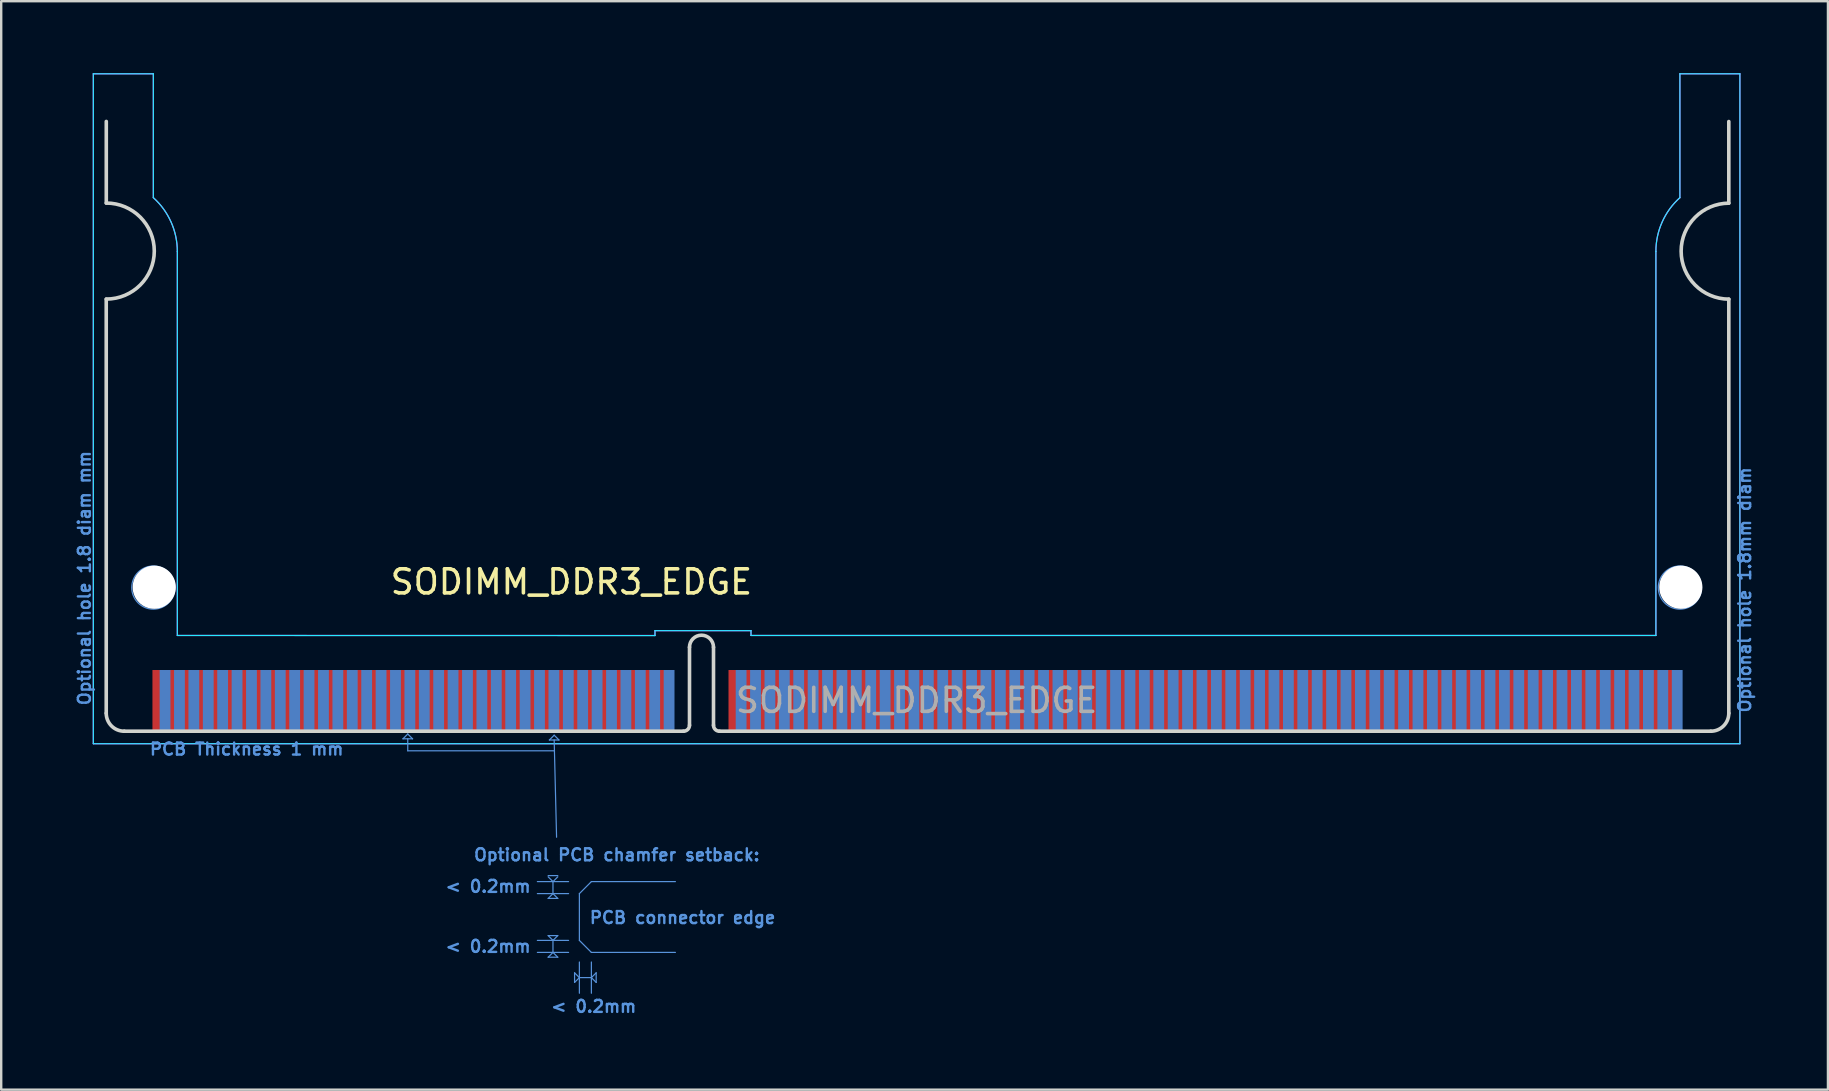
<source format=kicad_pcb>
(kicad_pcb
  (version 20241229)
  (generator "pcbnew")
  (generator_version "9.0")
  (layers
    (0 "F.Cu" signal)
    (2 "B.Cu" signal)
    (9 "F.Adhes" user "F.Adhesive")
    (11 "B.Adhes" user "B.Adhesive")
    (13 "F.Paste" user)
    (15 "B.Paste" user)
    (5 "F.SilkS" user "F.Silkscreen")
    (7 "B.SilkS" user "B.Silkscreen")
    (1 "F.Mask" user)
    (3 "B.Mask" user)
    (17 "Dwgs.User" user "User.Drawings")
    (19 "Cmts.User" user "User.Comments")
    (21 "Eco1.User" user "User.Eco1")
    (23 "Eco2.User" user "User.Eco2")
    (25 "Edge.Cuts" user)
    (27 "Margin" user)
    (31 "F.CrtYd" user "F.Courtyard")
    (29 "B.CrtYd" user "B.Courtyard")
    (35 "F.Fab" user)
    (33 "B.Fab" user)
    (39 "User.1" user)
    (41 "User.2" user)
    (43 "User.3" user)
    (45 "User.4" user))
  (footprint "SODIMM_DDR3_EDGE"
    (layer "F.Cu")
    (at 3.488 27.43)
    (property "Reference" "SODIMM_DDR3_EDGE" (at 17.268 -6.236 0) (layer "F.SilkS") (effects (font (size 1 1) (thickness 0.15))))
    (attr through_hole)
    (fp_line (start 10.25 0.3) (end 10.45 0.1) (stroke (width 0.05) (type default)) (layer "Cmts.User"))
    (fp_line (start 10.45 0.1) (end 10.65 0.3) (stroke (width 0.05) (type default)) (layer "Cmts.User"))
    (fp_line (start 10.45 0.3) (end 10.45 0.8) (stroke (width 0.05) (type default)) (layer "Cmts.User"))
    (fp_line (start 10.45 0.8) (end 16.55 0.8) (stroke (width 0.05) (type default)) (layer "Cmts.User"))
    (fp_line (start 10.65 0.3) (end 10.25 0.3) (stroke (width 0.05) (type default)) (layer "Cmts.User"))
    (fp_line (start 15.85 6.25) (end 17.15 6.25) (stroke (width 0.05) (type default)) (layer "Cmts.User"))
    (fp_line (start 15.85 6.75) (end 17.15 6.75) (stroke (width 0.05) (type default)) (layer "Cmts.User"))
    (fp_line (start 15.85 8.7) (end 17.15 8.7) (stroke (width 0.05) (type default)) (layer "Cmts.User"))
    (fp_line (start 15.85 9.2) (end 17.15 9.2) (stroke (width 0.05) (type default)) (layer "Cmts.User"))
    (fp_line (start 16.3 6) (end 16.7 6) (stroke (width 0.05) (type default)) (layer "Cmts.User"))
    (fp_line (start 16.3 6.95) (end 16.5 6.75) (stroke (width 0.05) (type default)) (layer "Cmts.User"))
    (fp_line (start 16.3 8.5) (end 16.7 8.5) (stroke (width 0.05) (type default)) (layer "Cmts.User"))
    (fp_line (start 16.3 9.4) (end 16.5 9.2) (stroke (width 0.05) (type default)) (layer "Cmts.User"))
    (fp_line (start 16.35 0.35) (end 16.55 0.15) (stroke (width 0.05) (type default)) (layer "Cmts.User"))
    (fp_line (start 16.5 6.25) (end 16.3 6.05) (stroke (width 0.05) (type default)) (layer "Cmts.User"))
    (fp_line (start 16.5 6.75) (end 16.5 6.25) (stroke (width 0.05) (type default)) (layer "Cmts.User"))
    (fp_line (start 16.5 6.75) (end 16.7 6.95) (stroke (width 0.05) (type default)) (layer "Cmts.User"))
    (fp_line (start 16.5 8.7) (end 16.3 8.5) (stroke (width 0.05) (type default)) (layer "Cmts.User"))
    (fp_line (start 16.5 9.2) (end 16.5 8.7) (stroke (width 0.05) (type default)) (layer "Cmts.User"))
    (fp_line (start 16.5 9.2) (end 16.7 9.4) (stroke (width 0.05) (type default)) (layer "Cmts.User"))
    (fp_line (start 16.55 0.15) (end 16.75 0.35) (stroke (width 0.05) (type default)) (layer "Cmts.User"))
    (fp_line (start 16.55 0.35) (end 16.65 4.4) (stroke (width 0.05) (type default)) (layer "Cmts.User"))
    (fp_line (start 16.7 6.05) (end 16.5 6.25) (stroke (width 0.05) (type default)) (layer "Cmts.User"))
    (fp_line (start 16.7 6.95) (end 16.3 6.95) (stroke (width 0.05) (type default)) (layer "Cmts.User"))
    (fp_line (start 16.7 8.5) (end 16.5 8.7) (stroke (width 0.05) (type default)) (layer "Cmts.User"))
    (fp_line (start 16.7 9.4) (end 16.3 9.4) (stroke (width 0.05) (type default)) (layer "Cmts.User"))
    (fp_line (start 16.75 0.35) (end 16.35 0.35) (stroke (width 0.05) (type default)) (layer "Cmts.User"))
    (fp_line (start 17.4 10.05) (end 17.6 10.25) (stroke (width 0.05) (type default)) (layer "Cmts.User"))
    (fp_line (start 17.4 10.45) (end 17.4 10.05) (stroke (width 0.05) (type default)) (layer "Cmts.User"))
    (fp_line (start 17.6 6.75) (end 17.6 8.7) (stroke (width 0.05) (type default)) (layer "Cmts.User"))
    (fp_line (start 17.6 9.6) (end 17.6 10.9) (stroke (width 0.05) (type default)) (layer "Cmts.User"))
    (fp_line (start 17.6 10.25) (end 17.4 10.45) (stroke (width 0.05) (type default)) (layer "Cmts.User"))
    (fp_line (start 17.6 10.25) (end 18.1 10.25) (stroke (width 0.05) (type default)) (layer "Cmts.User"))
    (fp_line (start 18.1 6.25) (end 17.6 6.75) (stroke (width 0.05) (type default)) (layer "Cmts.User"))
    (fp_line (start 18.1 6.25) (end 21.6 6.25) (stroke (width 0.05) (type default)) (layer "Cmts.User"))
    (fp_line (start 18.1 9.2) (end 17.6 8.7) (stroke (width 0.05) (type default)) (layer "Cmts.User"))
    (fp_line (start 18.1 9.2) (end 21.6 9.2) (stroke (width 0.05) (type default)) (layer "Cmts.User"))
    (fp_line (start 18.1 9.6) (end 18.1 10.9) (stroke (width 0.05) (type default)) (layer "Cmts.User"))
    (fp_line (start 18.1 10.25) (end 18.3 10.05) (stroke (width 0.05) (type default)) (layer "Cmts.User"))
    (fp_line (start 18.3 10.05) (end 18.3 10.45) (stroke (width 0.05) (type default)) (layer "Cmts.User"))
    (fp_line (start 18.3 10.45) (end 18.1 10.25) (stroke (width 0.05) (type default)) (layer "Cmts.User"))
    (fp_circle (center -0.15 -6) (end 0.75 -6) (stroke (width 0.05) (type default)) (fill no) (layer "Cmts.User"))
    (fp_circle (center 63.45 -6) (end 64.35 -6) (stroke (width 0.05) (type default)) (fill no) (layer "Cmts.User"))
    (fp_line (start -2.112 -18.016) (end -2.112 -0.766) (stroke (width 0.15) (type solid)) (layer "Edge.Cuts"))
    (fp_line (start -2.11 -22.02) (end -2.11 -25.42) (stroke (width 0.15) (type default)) (layer "Edge.Cuts"))
    (fp_line (start -1.362 -0.016) (end 21.938 -0.016) (stroke (width 0.15) (type solid)) (layer "Edge.Cuts"))
    (fp_line (start 22.188 -3.516) (end 22.188 -0.266) (stroke (width 0.15) (type solid)) (layer "Edge.Cuts"))
    (fp_line (start 23.188 -3.516) (end 23.188 -0.266) (stroke (width 0.15) (type solid)) (layer "Edge.Cuts"))
    (fp_line (start 23.438 -0.016) (end 64.738 -0.016) (stroke (width 0.15) (type solid)) (layer "Edge.Cuts"))
    (fp_line (start 65.488 -22.016) (end 65.488 -25.416) (stroke (width 0.15) (type default)) (layer "Edge.Cuts"))
    (fp_line (start 65.488 -18.016) (end 65.488 -0.766) (stroke (width 0.15) (type solid)) (layer "Edge.Cuts"))
    (fp_arc (start -2.11 -22.02) (mid -0.11 -20.02) (end -2.11 -18.02) (stroke (width 0.15) (type solid)) (layer "Edge.Cuts"))
    (fp_arc (start -1.36224 -0.015855) (mid -1.89257 -0.235525) (end -2.11224 -0.765855) (stroke (width 0.15) (type solid)) (layer "Edge.Cuts"))
    (fp_arc (start 22.18776 -3.515855) (mid 22.68776 -4.015855) (end 23.18776 -3.515855) (stroke (width 0.15) (type solid)) (layer "Edge.Cuts"))
    (fp_arc (start 22.18776 -0.265855) (mid 22.114537 -0.089078) (end 21.93776 -0.015855) (stroke (width 0.15) (type solid)) (layer "Edge.Cuts"))
    (fp_arc (start 23.43776 -0.015855) (mid 23.260983 -0.089078) (end 23.18776 -0.265855) (stroke (width 0.15) (type solid)) (layer "Edge.Cuts"))
    (fp_arc (start 65.48776 -18.015855) (mid 63.48776 -20.015855) (end 65.48776 -22.015855) (stroke (width 0.15) (type solid)) (layer "Edge.Cuts"))
    (fp_arc (start 65.48776 -0.765855) (mid 65.26809 -0.235525) (end 64.73776 -0.015855) (stroke (width 0.15) (type solid)) (layer "Edge.Cuts"))
    (fp_line (start -2.65 -27.405) (end -2.65 0.505) (stroke (width 0.05) (type default)) (layer "B.CrtYd"))
    (fp_line (start -2.65 -27.405) (end -0.15 -27.405) (stroke (width 0.05) (type default)) (layer "B.CrtYd"))
    (fp_line (start -0.15 -22.245) (end -0.15 -27.405) (stroke (width 0.05) (type default)) (layer "B.CrtYd"))
    (fp_line (start 0.85 -20.005) (end 0.85 -4.005) (stroke (width 0.05) (type default)) (layer "B.CrtYd"))
    (fp_line (start 0.85 -4.005) (end 20.75 -4) (stroke (width 0.05) (type default)) (layer "B.CrtYd"))
    (fp_line (start 20.75 -4.205) (end 24.75 -4.205) (stroke (width 0.05) (type default)) (layer "B.CrtYd"))
    (fp_line (start 20.75 -4) (end 20.75 -4.2) (stroke (width 0.05) (type default)) (layer "B.CrtYd"))
    (fp_line (start 24.75 -4.205) (end 24.75 -4.005) (stroke (width 0.05) (type default)) (layer "B.CrtYd"))
    (fp_line (start 24.75 -4.005) (end 62.45 -4.005) (stroke (width 0.05) (type default)) (layer "B.CrtYd"))
    (fp_line (start 62.45 -20.005) (end 62.45 -4.005) (stroke (width 0.05) (type default)) (layer "B.CrtYd"))
    (fp_line (start 63.45 -22.245) (end 63.45 -27.405) (stroke (width 0.05) (type default)) (layer "B.CrtYd"))
    (fp_line (start 65.95 -27.405) (end 63.45 -27.405) (stroke (width 0.05) (type default)) (layer "B.CrtYd"))
    (fp_line (start 65.95 -27.405) (end 65.95 0.505) (stroke (width 0.05) (type default)) (layer "B.CrtYd"))
    (fp_line (start 65.95 0.505) (end -2.65 0.505) (stroke (width 0.05) (type default)) (layer "B.CrtYd"))
    (fp_arc (start -0.15 -22.245) (mid 0.588474 -21.231462) (end 0.85 -20.005) (stroke (width 0.05) (type default)) (layer "B.CrtYd"))
    (fp_arc (start 62.45 -20.005) (mid 62.711527 -21.231461) (end 63.45 -22.245) (stroke (width 0.05) (type default)) (layer "B.CrtYd"))
    (fp_line (start -2.65 -27.405) (end -2.65 0.505) (stroke (width 0.05) (type default)) (layer "F.CrtYd"))
    (fp_line (start -2.65 -27.405) (end -0.15 -27.405) (stroke (width 0.05) (type default)) (layer "F.CrtYd"))
    (fp_line (start -0.15 -22.245) (end -0.15 -27.405) (stroke (width 0.05) (type default)) (layer "F.CrtYd"))
    (fp_line (start 0.85 -4.005) (end 0.85 -20.005) (stroke (width 0.05) (type default)) (layer "F.CrtYd"))
    (fp_line (start 0.85 -4.005) (end 20.75 -4.005) (stroke (width 0.05) (type default)) (layer "F.CrtYd"))
    (fp_line (start 20.75 -4.205) (end 24.75 -4.205) (stroke (width 0.05) (type default)) (layer "F.CrtYd"))
    (fp_line (start 20.75 -4.005) (end 20.75 -4.205) (stroke (width 0.05) (type default)) (layer "F.CrtYd"))
    (fp_line (start 24.75 -4.205) (end 24.75 -4.005) (stroke (width 0.05) (type default)) (layer "F.CrtYd"))
    (fp_line (start 24.75 -4.005) (end 62.45 -4.005) (stroke (width 0.05) (type default)) (layer "F.CrtYd"))
    (fp_line (start 62.45 -4.005) (end 62.45 -20.005) (stroke (width 0.05) (type default)) (layer "F.CrtYd"))
    (fp_line (start 63.45 -22.245) (end 63.45 -27.405) (stroke (width 0.05) (type default)) (layer "F.CrtYd"))
    (fp_line (start 65.95 -27.405) (end 63.45 -27.405) (stroke (width 0.05) (type default)) (layer "F.CrtYd"))
    (fp_line (start 65.95 -27.405) (end 65.95 0.505) (stroke (width 0.05) (type default)) (layer "F.CrtYd"))
    (fp_line (start 65.95 0.505) (end -2.65 0.505) (stroke (width 0.05) (type default)) (layer "F.CrtYd"))
    (fp_arc (start -0.15 -22.245) (mid 0.588474 -21.231462) (end 0.85 -20.005) (stroke (width 0.05) (type default)) (layer "F.CrtYd"))
    (fp_arc (start 62.45 -20.005) (mid 62.711527 -21.231461) (end 63.45 -22.245) (stroke (width 0.05) (type default)) (layer "F.CrtYd"))
    (fp_text user "< 0.2mm" (at 13.8 8.95 180) (layer "Cmts.User") (effects (font (size 0.5 0.5) (thickness 0.1))))
    (fp_text user "PCB Thickness 1 mm" (at 3.74 0.73 180) (layer "Cmts.User") (effects (font (size 0.5 0.5) (thickness 0.1))))
    (fp_text user "< 0.2mm" (at 13.8 6.45 180) (layer "Cmts.User") (effects (font (size 0.5 0.5) (thickness 0.1))))
    (fp_text user "Optional hole 1.8mm diam" (at 66.15 -5.905 90) (unlocked yes) (layer "Cmts.User") (effects (font (size 0.5 0.5) (thickness 0.1))))
    (fp_text user "Optional hole 1.8 diam mm" (at -3.02 -6.395 90) (unlocked yes) (layer "Cmts.User") (effects (font (size 0.5 0.5) (thickness 0.1))))
    (fp_text user "PCB connector edge" (at 21.9 7.75 180) (layer "Cmts.User") (effects (font (size 0.5 0.5) (thickness 0.1))))
    (fp_text user "Optional PCB chamfer setback:" (at 19.16 5.135 180) (layer "Cmts.User") (effects (font (size 0.5 0.5) (thickness 0.1))))
    (fp_text user "< 0.2mm" (at 18.2 11.45 180) (layer "Cmts.User") (effects (font (size 0.5 0.5) (thickness 0.1))))
    (fp_text user "${REFERENCE}" (at 31.65 -1.3 0) (layer "F.Fab") (effects (font (size 1 1) (thickness 0.15))))
    (pad "" np_thru_hole circle (at -0.112 -6.016) (size 1.8 1.8) (drill 1.8) (layers "*.Cu" "*.Mask"))
    (pad "" np_thru_hole circle (at 63.488 -6.016) (size 1.8 1.8) (drill 1.8) (layers "*.Cu" "*.Mask"))
    (pad "1" smd rect (at 0.038 -1.316) (size 0.45 2.5) (layers "F.Cu" "F.Mask"))
    (pad "2" smd rect (at 0.338 -1.316) (size 0.45 2.5) (layers "B.Cu" "B.Mask"))
    (pad "3" smd rect (at 0.638 -1.316) (size 0.45 2.5) (layers "F.Cu" "F.Mask"))
    (pad "4" smd rect (at 0.938 -1.316) (size 0.45 2.5) (layers "B.Cu" "B.Mask"))
    (pad "5" smd rect (at 1.238 -1.316) (size 0.45 2.5) (layers "F.Cu" "F.Mask"))
    (pad "6" smd rect (at 1.538 -1.316) (size 0.45 2.5) (layers "B.Cu" "B.Mask"))
    (pad "7" smd rect (at 1.838 -1.316) (size 0.45 2.5) (layers "F.Cu" "F.Mask"))
    (pad "8" smd rect (at 2.138 -1.316) (size 0.45 2.5) (layers "B.Cu" "B.Mask"))
    (pad "9" smd rect (at 2.438 -1.316) (size 0.45 2.5) (layers "F.Cu" "F.Mask"))
    (pad "10" smd rect (at 2.738 -1.316) (size 0.45 2.5) (layers "B.Cu" "B.Mask"))
    (pad "11" smd rect (at 3.038 -1.316) (size 0.45 2.5) (layers "F.Cu" "F.Mask"))
    (pad "12" smd rect (at 3.338 -1.316) (size 0.45 2.5) (layers "B.Cu" "B.Mask"))
    (pad "13" smd rect (at 3.638 -1.316) (size 0.45 2.5) (layers "F.Cu" "F.Mask"))
    (pad "14" smd rect (at 3.938 -1.316) (size 0.45 2.5) (layers "B.Cu" "B.Mask"))
    (pad "15" smd rect (at 4.238 -1.316) (size 0.45 2.5) (layers "F.Cu" "F.Mask"))
    (pad "16" smd rect (at 4.538 -1.316) (size 0.45 2.5) (layers "B.Cu" "B.Mask"))
    (pad "17" smd rect (at 4.838 -1.316) (size 0.45 2.5) (layers "F.Cu" "F.Mask"))
    (pad "18" smd rect (at 5.138 -1.316) (size 0.45 2.5) (layers "B.Cu" "B.Mask"))
    (pad "19" smd rect (at 5.438 -1.316) (size 0.45 2.5) (layers "F.Cu" "F.Mask"))
    (pad "20" smd rect (at 5.738 -1.316) (size 0.45 2.5) (layers "B.Cu" "B.Mask"))
    (pad "21" smd rect (at 6.038 -1.316) (size 0.45 2.5) (layers "F.Cu" "F.Mask"))
    (pad "22" smd rect (at 6.338 -1.316) (size 0.45 2.5) (layers "B.Cu" "B.Mask"))
    (pad "23" smd rect (at 6.638 -1.316) (size 0.45 2.5) (layers "F.Cu" "F.Mask"))
    (pad "24" smd rect (at 6.938 -1.316) (size 0.45 2.5) (layers "B.Cu" "B.Mask"))
    (pad "25" smd rect (at 7.238 -1.316) (size 0.45 2.5) (layers "F.Cu" "F.Mask"))
    (pad "26" smd rect (at 7.538 -1.316) (size 0.45 2.5) (layers "B.Cu" "B.Mask"))
    (pad "27" smd rect (at 7.838 -1.316) (size 0.45 2.5) (layers "F.Cu" "F.Mask"))
    (pad "28" smd rect (at 8.138 -1.316) (size 0.45 2.5) (layers "B.Cu" "B.Mask"))
    (pad "29" smd rect (at 8.438 -1.316) (size 0.45 2.5) (layers "F.Cu" "F.Mask"))
    (pad "30" smd rect (at 8.738 -1.316) (size 0.45 2.5) (layers "B.Cu" "B.Mask"))
    (pad "31" smd rect (at 9.038 -1.316) (size 0.45 2.5) (layers "F.Cu" "F.Mask"))
    (pad "32" smd rect (at 9.338 -1.316) (size 0.45 2.5) (layers "B.Cu" "B.Mask"))
    (pad "33" smd rect (at 9.638 -1.316) (size 0.45 2.5) (layers "F.Cu" "F.Mask"))
    (pad "34" smd rect (at 9.938 -1.316) (size 0.45 2.5) (layers "B.Cu" "B.Mask"))
    (pad "35" smd rect (at 10.238 -1.316) (size 0.45 2.5) (layers "F.Cu" "F.Mask"))
    (pad "36" smd rect (at 10.538 -1.316) (size 0.45 2.5) (layers "B.Cu" "B.Mask"))
    (pad "37" smd rect (at 10.838 -1.316) (size 0.45 2.5) (layers "F.Cu" "F.Mask"))
    (pad "38" smd rect (at 11.138 -1.316) (size 0.45 2.5) (layers "B.Cu" "B.Mask"))
    (pad "39" smd rect (at 11.438 -1.316) (size 0.45 2.5) (layers "F.Cu" "F.Mask"))
    (pad "40" smd rect (at 11.738 -1.316) (size 0.45 2.5) (layers "B.Cu" "B.Mask"))
    (pad "41" smd rect (at 12.038 -1.316) (size 0.45 2.5) (layers "F.Cu" "F.Mask"))
    (pad "42" smd rect (at 12.338 -1.316) (size 0.45 2.5) (layers "B.Cu" "B.Mask"))
    (pad "43" smd rect (at 12.638 -1.316) (size 0.45 2.5) (layers "F.Cu" "F.Mask"))
    (pad "44" smd rect (at 12.938 -1.316) (size 0.45 2.5) (layers "B.Cu" "B.Mask"))
    (pad "45" smd rect (at 13.238 -1.316) (size 0.45 2.5) (layers "F.Cu" "F.Mask"))
    (pad "46" smd rect (at 13.538 -1.316) (size 0.45 2.5) (layers "B.Cu" "B.Mask"))
    (pad "47" smd rect (at 13.838 -1.316) (size 0.45 2.5) (layers "F.Cu" "F.Mask"))
    (pad "48" smd rect (at 14.138 -1.316) (size 0.45 2.5) (layers "B.Cu" "B.Mask"))
    (pad "49" smd rect (at 14.438 -1.316) (size 0.45 2.5) (layers "F.Cu" "F.Mask"))
    (pad "50" smd rect (at 14.738 -1.316) (size 0.45 2.5) (layers "B.Cu" "B.Mask"))
    (pad "51" smd rect (at 15.038 -1.316) (size 0.45 2.5) (layers "F.Cu" "F.Mask"))
    (pad "52" smd rect (at 15.338 -1.316) (size 0.45 2.5) (layers "B.Cu" "B.Mask"))
    (pad "53" smd rect (at 15.638 -1.316) (size 0.45 2.5) (layers "F.Cu" "F.Mask"))
    (pad "54" smd rect (at 15.938 -1.316) (size 0.45 2.5) (layers "B.Cu" "B.Mask"))
    (pad "55" smd rect (at 16.238 -1.316) (size 0.45 2.5) (layers "F.Cu" "F.Mask"))
    (pad "56" smd rect (at 16.538 -1.316) (size 0.45 2.5) (layers "B.Cu" "B.Mask"))
    (pad "57" smd rect (at 16.838 -1.316) (size 0.45 2.5) (layers "F.Cu" "F.Mask"))
    (pad "58" smd rect (at 17.138 -1.316) (size 0.45 2.5) (layers "B.Cu" "B.Mask"))
    (pad "59" smd rect (at 17.438 -1.316) (size 0.45 2.5) (layers "F.Cu" "F.Mask"))
    (pad "60" smd rect (at 17.738 -1.316) (size 0.45 2.5) (layers "B.Cu" "B.Mask"))
    (pad "61" smd rect (at 18.038 -1.316) (size 0.45 2.5) (layers "F.Cu" "F.Mask"))
    (pad "62" smd rect (at 18.338 -1.316) (size 0.45 2.5) (layers "B.Cu" "B.Mask"))
    (pad "63" smd rect (at 18.638 -1.316) (size 0.45 2.5) (layers "F.Cu" "F.Mask"))
    (pad "64" smd rect (at 18.938 -1.316) (size 0.45 2.5) (layers "B.Cu" "B.Mask"))
    (pad "65" smd rect (at 19.238 -1.316) (size 0.45 2.5) (layers "F.Cu" "F.Mask"))
    (pad "66" smd rect (at 19.538 -1.316) (size 0.45 2.5) (layers "B.Cu" "B.Mask"))
    (pad "67" smd rect (at 19.838 -1.316) (size 0.45 2.5) (layers "F.Cu" "F.Mask"))
    (pad "68" smd rect (at 20.138 -1.316) (size 0.45 2.5) (layers "B.Cu" "B.Mask"))
    (pad "69" smd rect (at 20.438 -1.316) (size 0.45 2.5) (layers "F.Cu" "F.Mask"))
    (pad "70" smd rect (at 20.738 -1.316) (size 0.45 2.5) (layers "B.Cu" "B.Mask"))
    (pad "71" smd rect (at 21.038 -1.316) (size 0.45 2.5) (layers "F.Cu" "F.Mask"))
    (pad "72" smd rect (at 21.338 -1.316) (size 0.45 2.5) (layers "B.Cu" "B.Mask"))
    (pad "73" smd rect (at 24.038 -1.316) (size 0.45 2.5) (layers "F.Cu" "F.Mask"))
    (pad "74" smd rect (at 24.338 -1.316) (size 0.45 2.5) (layers "B.Cu" "B.Mask"))
    (pad "75" smd rect (at 24.638 -1.316) (size 0.45 2.5) (layers "F.Cu" "F.Mask"))
    (pad "76" smd rect (at 24.938 -1.316) (size 0.45 2.5) (layers "B.Cu" "B.Mask"))
    (pad "77" smd rect (at 25.238 -1.316) (size 0.45 2.5) (layers "F.Cu" "F.Mask"))
    (pad "78" smd rect (at 25.538 -1.316) (size 0.45 2.5) (layers "B.Cu" "B.Mask"))
    (pad "79" smd rect (at 25.838 -1.316) (size 0.45 2.5) (layers "F.Cu" "F.Mask"))
    (pad "80" smd rect (at 26.138 -1.316) (size 0.45 2.5) (layers "B.Cu" "B.Mask"))
    (pad "81" smd rect (at 26.438 -1.316) (size 0.45 2.5) (layers "F.Cu" "F.Mask"))
    (pad "82" smd rect (at 26.738 -1.316) (size 0.45 2.5) (layers "B.Cu" "B.Mask"))
    (pad "83" smd rect (at 27.038 -1.316) (size 0.45 2.5) (layers "F.Cu" "F.Mask"))
    (pad "84" smd rect (at 27.338 -1.316) (size 0.45 2.5) (layers "B.Cu" "B.Mask"))
    (pad "85" smd rect (at 27.638 -1.316) (size 0.45 2.5) (layers "F.Cu" "F.Mask"))
    (pad "86" smd rect (at 27.938 -1.316) (size 0.45 2.5) (layers "B.Cu" "B.Mask"))
    (pad "87" smd rect (at 28.238 -1.316) (size 0.45 2.5) (layers "F.Cu" "F.Mask"))
    (pad "88" smd rect (at 28.538 -1.316) (size 0.45 2.5) (layers "B.Cu" "B.Mask"))
    (pad "89" smd rect (at 28.838 -1.316) (size 0.45 2.5) (layers "F.Cu" "F.Mask"))
    (pad "90" smd rect (at 29.138 -1.316) (size 0.45 2.5) (layers "B.Cu" "B.Mask"))
    (pad "91" smd rect (at 29.438 -1.316) (size 0.45 2.5) (layers "F.Cu" "F.Mask"))
    (pad "92" smd rect (at 29.738 -1.316) (size 0.45 2.5) (layers "B.Cu" "B.Mask"))
    (pad "93" smd rect (at 30.038 -1.316) (size 0.45 2.5) (layers "F.Cu" "F.Mask"))
    (pad "94" smd rect (at 30.338 -1.316) (size 0.45 2.5) (layers "B.Cu" "B.Mask"))
    (pad "95" smd rect (at 30.638 -1.316) (size 0.45 2.5) (layers "F.Cu" "F.Mask"))
    (pad "96" smd rect (at 30.938 -1.316) (size 0.45 2.5) (layers "B.Cu" "B.Mask"))
    (pad "97" smd rect (at 31.238 -1.316) (size 0.45 2.5) (layers "F.Cu" "F.Mask"))
    (pad "98" smd rect (at 31.538 -1.316) (size 0.45 2.5) (layers "B.Cu" "B.Mask"))
    (pad "99" smd rect (at 31.838 -1.316) (size 0.45 2.5) (layers "F.Cu" "F.Mask"))
    (pad "100" smd rect (at 32.138 -1.316) (size 0.45 2.5) (layers "B.Cu" "B.Mask"))
    (pad "101" smd rect (at 32.438 -1.316) (size 0.45 2.5) (layers "F.Cu" "F.Mask"))
    (pad "102" smd rect (at 32.738 -1.316) (size 0.45 2.5) (layers "B.Cu" "B.Mask"))
    (pad "103" smd rect (at 33.038 -1.316) (size 0.45 2.5) (layers "F.Cu" "F.Mask"))
    (pad "104" smd rect (at 33.338 -1.316) (size 0.45 2.5) (layers "B.Cu" "B.Mask"))
    (pad "105" smd rect (at 33.638 -1.316) (size 0.45 2.5) (layers "F.Cu" "F.Mask"))
    (pad "106" smd rect (at 33.938 -1.316) (size 0.45 2.5) (layers "B.Cu" "B.Mask"))
    (pad "107" smd rect (at 34.238 -1.316) (size 0.45 2.5) (layers "F.Cu" "F.Mask"))
    (pad "108" smd rect (at 34.538 -1.316) (size 0.45 2.5) (layers "B.Cu" "B.Mask"))
    (pad "109" smd rect (at 34.838 -1.316) (size 0.45 2.5) (layers "F.Cu" "F.Mask"))
    (pad "110" smd rect (at 35.138 -1.316) (size 0.45 2.5) (layers "B.Cu" "B.Mask"))
    (pad "111" smd rect (at 35.438 -1.316) (size 0.45 2.5) (layers "F.Cu" "F.Mask"))
    (pad "112" smd rect (at 35.738 -1.316) (size 0.45 2.5) (layers "B.Cu" "B.Mask"))
    (pad "113" smd rect (at 36.038 -1.316) (size 0.45 2.5) (layers "F.Cu" "F.Mask"))
    (pad "114" smd rect (at 36.338 -1.316) (size 0.45 2.5) (layers "B.Cu" "B.Mask"))
    (pad "115" smd rect (at 36.638 -1.316) (size 0.45 2.5) (layers "F.Cu" "F.Mask"))
    (pad "116" smd rect (at 36.938 -1.316) (size 0.45 2.5) (layers "B.Cu" "B.Mask"))
    (pad "117" smd rect (at 37.238 -1.316) (size 0.45 2.5) (layers "F.Cu" "F.Mask"))
    (pad "118" smd rect (at 37.538 -1.316) (size 0.45 2.5) (layers "B.Cu" "B.Mask"))
    (pad "119" smd rect (at 37.838 -1.316) (size 0.45 2.5) (layers "F.Cu" "F.Mask"))
    (pad "120" smd rect (at 38.138 -1.316) (size 0.45 2.5) (layers "B.Cu" "B.Mask"))
    (pad "121" smd rect (at 38.438 -1.316) (size 0.45 2.5) (layers "F.Cu" "F.Mask"))
    (pad "122" smd rect (at 38.738 -1.316) (size 0.45 2.5) (layers "B.Cu" "B.Mask"))
    (pad "123" smd rect (at 39.038 -1.316) (size 0.45 2.5) (layers "F.Cu" "F.Mask"))
    (pad "124" smd rect (at 39.338 -1.316) (size 0.45 2.5) (layers "B.Cu" "B.Mask"))
    (pad "125" smd rect (at 39.638 -1.316) (size 0.45 2.5) (layers "F.Cu" "F.Mask"))
    (pad "126" smd rect (at 39.938 -1.316) (size 0.45 2.5) (layers "B.Cu" "B.Mask"))
    (pad "127" smd rect (at 40.238 -1.316) (size 0.45 2.5) (layers "F.Cu" "F.Mask"))
    (pad "128" smd rect (at 40.538 -1.316) (size 0.45 2.5) (layers "B.Cu" "B.Mask"))
    (pad "129" smd rect (at 40.838 -1.316) (size 0.45 2.5) (layers "F.Cu" "F.Mask"))
    (pad "130" smd rect (at 41.138 -1.316) (size 0.45 2.5) (layers "B.Cu" "B.Mask"))
    (pad "131" smd rect (at 41.438 -1.316) (size 0.45 2.5) (layers "F.Cu" "F.Mask"))
    (pad "132" smd rect (at 41.738 -1.316) (size 0.45 2.5) (layers "B.Cu" "B.Mask"))
    (pad "133" smd rect (at 42.038 -1.316) (size 0.45 2.5) (layers "F.Cu" "F.Mask"))
    (pad "134" smd rect (at 42.338 -1.316) (size 0.45 2.5) (layers "B.Cu" "B.Mask"))
    (pad "135" smd rect (at 42.638 -1.316) (size 0.45 2.5) (layers "F.Cu" "F.Mask"))
    (pad "136" smd rect (at 42.938 -1.316) (size 0.45 2.5) (layers "B.Cu" "B.Mask"))
    (pad "137" smd rect (at 43.238 -1.316) (size 0.45 2.5) (layers "F.Cu" "F.Mask"))
    (pad "138" smd rect (at 43.538 -1.316) (size 0.45 2.5) (layers "B.Cu" "B.Mask"))
    (pad "139" smd rect (at 43.838 -1.316) (size 0.45 2.5) (layers "F.Cu" "F.Mask"))
    (pad "140" smd rect (at 44.138 -1.316) (size 0.45 2.5) (layers "B.Cu" "B.Mask"))
    (pad "141" smd rect (at 44.438 -1.316) (size 0.45 2.5) (layers "F.Cu" "F.Mask"))
    (pad "142" smd rect (at 44.738 -1.316) (size 0.45 2.5) (layers "B.Cu" "B.Mask"))
    (pad "143" smd rect (at 45.038 -1.316) (size 0.45 2.5) (layers "F.Cu" "F.Mask"))
    (pad "144" smd rect (at 45.338 -1.316) (size 0.45 2.5) (layers "B.Cu" "B.Mask"))
    (pad "145" smd rect (at 45.638 -1.316) (size 0.45 2.5) (layers "F.Cu" "F.Mask"))
    (pad "146" smd rect (at 45.938 -1.316) (size 0.45 2.5) (layers "B.Cu" "B.Mask"))
    (pad "147" smd rect (at 46.238 -1.316) (size 0.45 2.5) (layers "F.Cu" "F.Mask"))
    (pad "148" smd rect (at 46.538 -1.316) (size 0.45 2.5) (layers "B.Cu" "B.Mask"))
    (pad "149" smd rect (at 46.838 -1.316) (size 0.45 2.5) (layers "F.Cu" "F.Mask"))
    (pad "150" smd rect (at 47.138 -1.316) (size 0.45 2.5) (layers "B.Cu" "B.Mask"))
    (pad "151" smd rect (at 47.438 -1.316) (size 0.45 2.5) (layers "F.Cu" "F.Mask"))
    (pad "152" smd rect (at 47.738 -1.316) (size 0.45 2.5) (layers "B.Cu" "B.Mask"))
    (pad "153" smd rect (at 48.038 -1.316) (size 0.45 2.5) (layers "F.Cu" "F.Mask"))
    (pad "154" smd rect (at 48.338 -1.316) (size 0.45 2.5) (layers "B.Cu" "B.Mask"))
    (pad "155" smd rect (at 48.638 -1.316) (size 0.45 2.5) (layers "F.Cu" "F.Mask"))
    (pad "156" smd rect (at 48.938 -1.316) (size 0.45 2.5) (layers "B.Cu" "B.Mask"))
    (pad "157" smd rect (at 49.238 -1.316) (size 0.45 2.5) (layers "F.Cu" "F.Mask"))
    (pad "158" smd rect (at 49.538 -1.316) (size 0.45 2.5) (layers "B.Cu" "B.Mask"))
    (pad "159" smd rect (at 49.838 -1.316) (size 0.45 2.5) (layers "F.Cu" "F.Mask"))
    (pad "160" smd rect (at 50.138 -1.316) (size 0.45 2.5) (layers "B.Cu" "B.Mask"))
    (pad "161" smd rect (at 50.438 -1.316) (size 0.45 2.5) (layers "F.Cu" "F.Mask"))
    (pad "162" smd rect (at 50.738 -1.316) (size 0.45 2.5) (layers "B.Cu" "B.Mask"))
    (pad "163" smd rect (at 51.038 -1.316) (size 0.45 2.5) (layers "F.Cu" "F.Mask"))
    (pad "164" smd rect (at 51.338 -1.316) (size 0.45 2.5) (layers "B.Cu" "B.Mask"))
    (pad "165" smd rect (at 51.638 -1.316) (size 0.45 2.5) (layers "F.Cu" "F.Mask"))
    (pad "166" smd rect (at 51.938 -1.316) (size 0.45 2.5) (layers "B.Cu" "B.Mask"))
    (pad "167" smd rect (at 52.238 -1.316) (size 0.45 2.5) (layers "F.Cu" "F.Mask"))
    (pad "168" smd rect (at 52.538 -1.316) (size 0.45 2.5) (layers "B.Cu" "B.Mask"))
    (pad "169" smd rect (at 52.838 -1.316) (size 0.45 2.5) (layers "F.Cu" "F.Mask"))
    (pad "170" smd rect (at 53.138 -1.316) (size 0.45 2.5) (layers "B.Cu" "B.Mask"))
    (pad "171" smd rect (at 53.438 -1.316) (size 0.45 2.5) (layers "F.Cu" "F.Mask"))
    (pad "172" smd rect (at 53.738 -1.316) (size 0.45 2.5) (layers "B.Cu" "B.Mask"))
    (pad "173" smd rect (at 54.038 -1.316) (size 0.45 2.5) (layers "F.Cu" "F.Mask"))
    (pad "174" smd rect (at 54.338 -1.316) (size 0.45 2.5) (layers "B.Cu" "B.Mask"))
    (pad "175" smd rect (at 54.638 -1.316) (size 0.45 2.5) (layers "F.Cu" "F.Mask"))
    (pad "176" smd rect (at 54.938 -1.316) (size 0.45 2.5) (layers "B.Cu" "B.Mask"))
    (pad "177" smd rect (at 55.238 -1.316) (size 0.45 2.5) (layers "F.Cu" "F.Mask"))
    (pad "178" smd rect (at 55.538 -1.316) (size 0.45 2.5) (layers "B.Cu" "B.Mask"))
    (pad "179" smd rect (at 55.838 -1.316) (size 0.45 2.5) (layers "F.Cu" "F.Mask"))
    (pad "180" smd rect (at 56.138 -1.316) (size 0.45 2.5) (layers "B.Cu" "B.Mask"))
    (pad "181" smd rect (at 56.438 -1.316) (size 0.45 2.5) (layers "F.Cu" "F.Mask"))
    (pad "182" smd rect (at 56.738 -1.316) (size 0.45 2.5) (layers "B.Cu" "B.Mask"))
    (pad "183" smd rect (at 57.038 -1.316) (size 0.45 2.5) (layers "F.Cu" "F.Mask"))
    (pad "184" smd rect (at 57.338 -1.316) (size 0.45 2.5) (layers "B.Cu" "B.Mask"))
    (pad "185" smd rect (at 57.638 -1.316) (size 0.45 2.5) (layers "F.Cu" "F.Mask"))
    (pad "186" smd rect (at 57.938 -1.316) (size 0.45 2.5) (layers "B.Cu" "B.Mask"))
    (pad "187" smd rect (at 58.238 -1.316) (size 0.45 2.5) (layers "F.Cu" "F.Mask"))
    (pad "188" smd rect (at 58.538 -1.316) (size 0.45 2.5) (layers "B.Cu" "B.Mask"))
    (pad "189" smd rect (at 58.838 -1.316) (size 0.45 2.5) (layers "F.Cu" "F.Mask"))
    (pad "190" smd rect (at 59.138 -1.316) (size 0.45 2.5) (layers "B.Cu" "B.Mask"))
    (pad "191" smd rect (at 59.438 -1.316) (size 0.45 2.5) (layers "F.Cu" "F.Mask"))
    (pad "192" smd rect (at 59.738 -1.316) (size 0.45 2.5) (layers "B.Cu" "B.Mask"))
    (pad "193" smd rect (at 60.038 -1.316) (size 0.45 2.5) (layers "F.Cu" "F.Mask"))
    (pad "194" smd rect (at 60.338 -1.316) (size 0.45 2.5) (layers "B.Cu" "B.Mask"))
    (pad "195" smd rect (at 60.638 -1.316) (size 0.45 2.5) (layers "F.Cu" "F.Mask"))
    (pad "196" smd rect (at 60.938 -1.316) (size 0.45 2.5) (layers "B.Cu" "B.Mask"))
    (pad "197" smd rect (at 61.238 -1.316) (size 0.45 2.5) (layers "F.Cu" "F.Mask"))
    (pad "198" smd rect (at 61.538 -1.316) (size 0.45 2.5) (layers "B.Cu" "B.Mask"))
    (pad "199" smd rect (at 61.838 -1.316) (size 0.45 2.5) (layers "F.Cu" "F.Mask"))
    (pad "200" smd rect (at 62.138 -1.316) (size 0.45 2.5) (layers "B.Cu" "B.Mask"))
    (pad "201" smd rect (at 62.438 -1.316) (size 0.45 2.5) (layers "F.Cu" "F.Mask"))
    (pad "202" smd rect (at 62.738 -1.316) (size 0.45 2.5) (layers "B.Cu" "B.Mask"))
    (pad "203" smd rect (at 63.038 -1.316) (size 0.45 2.5) (layers "F.Cu" "F.Mask"))
    (pad "204" smd rect (at 63.338 -1.316) (size 0.45 2.5) (layers "B.Cu" "B.Mask"))
    (zone (net_name "") (layer "In1.Cu") (hatch edge 0.5) (connect_pads) (min_thickness 0.25) (filled_areas_thickness no) (keepout (tracks not_allowed) (vias not_allowed) (pads not_allowed) (copperpour not_allowed) (footprints allowed)) (placement (enabled no)) (fill) (polygon (pts (xy 1.338 9.93) (xy 3.338 9.93) (xy 3.338 7.43) (xy 1.338 7.43))))
    (zone (net_name "") (layer "In1.Cu") (hatch edge 0.5) (connect_pads) (min_thickness 0.25) (filled_areas_thickness no) (keepout (tracks not_allowed) (vias not_allowed) (pads not_allowed) (copperpour not_allowed) (footprints allowed)) (placement (enabled no)) (fill) (polygon (pts (xy 1.338 27.43) (xy 1.338 26.43) (xy 68.938 26.43) (xy 68.938 27.43))))
    (zone (net_name "") (layer "In1.Cu") (hatch edge 0.5) (connect_pads) (min_thickness 0.25) (filled_areas_thickness no) (keepout (tracks not_allowed) (vias not_allowed) (pads not_allowed) (copperpour not_allowed) (footprints allowed)) (placement (enabled no)) (fill) (polygon (pts (xy 1.338 27.43) (xy 1.838 27.43) (xy 1.838 9.93) (xy 1.338 9.93))))
    (zone (net_name "") (layer "In1.Cu") (hatch edge 0.5) (connect_pads) (min_thickness 0.25) (filled_areas_thickness no) (keepout (tracks not_allowed) (vias not_allowed) (pads not_allowed) (copperpour not_allowed) (footprints allowed)) (placement (enabled no)) (fill) (polygon (pts (xy 1.488 9.93) (xy 3.488 9.93) (xy 3.488 7.43) (xy 1.488 7.43))))
    (zone (net_name "") (layer "In1.Cu") (hatch edge 0.5) (connect_pads) (min_thickness 0.25) (filled_areas_thickness no) (keepout (tracks not_allowed) (vias not_allowed) (pads not_allowed) (copperpour not_allowed) (footprints allowed)) (placement (enabled no)) (fill) (polygon (pts (xy 66.938 9.93) (xy 68.938 9.93) (xy 68.938 7.43) (xy 66.938 7.43))))
    (zone (net_name "") (layer "In1.Cu") (hatch edge 0.5) (connect_pads) (min_thickness 0.25) (filled_areas_thickness no) (keepout (tracks not_allowed) (vias not_allowed) (pads not_allowed) (copperpour not_allowed) (footprints allowed)) (placement (enabled no)) (fill) (polygon (pts (xy 68.438 27.43) (xy 68.938 27.43) (xy 68.938 9.93) (xy 68.438 9.93)))))
  (gr_rect
    (start -3 -3)
    (end 73.106 42.348)
    (stroke (width 0.1) (type default))
    (fill no)
    (layer "Edge.Cuts")))
</source>
